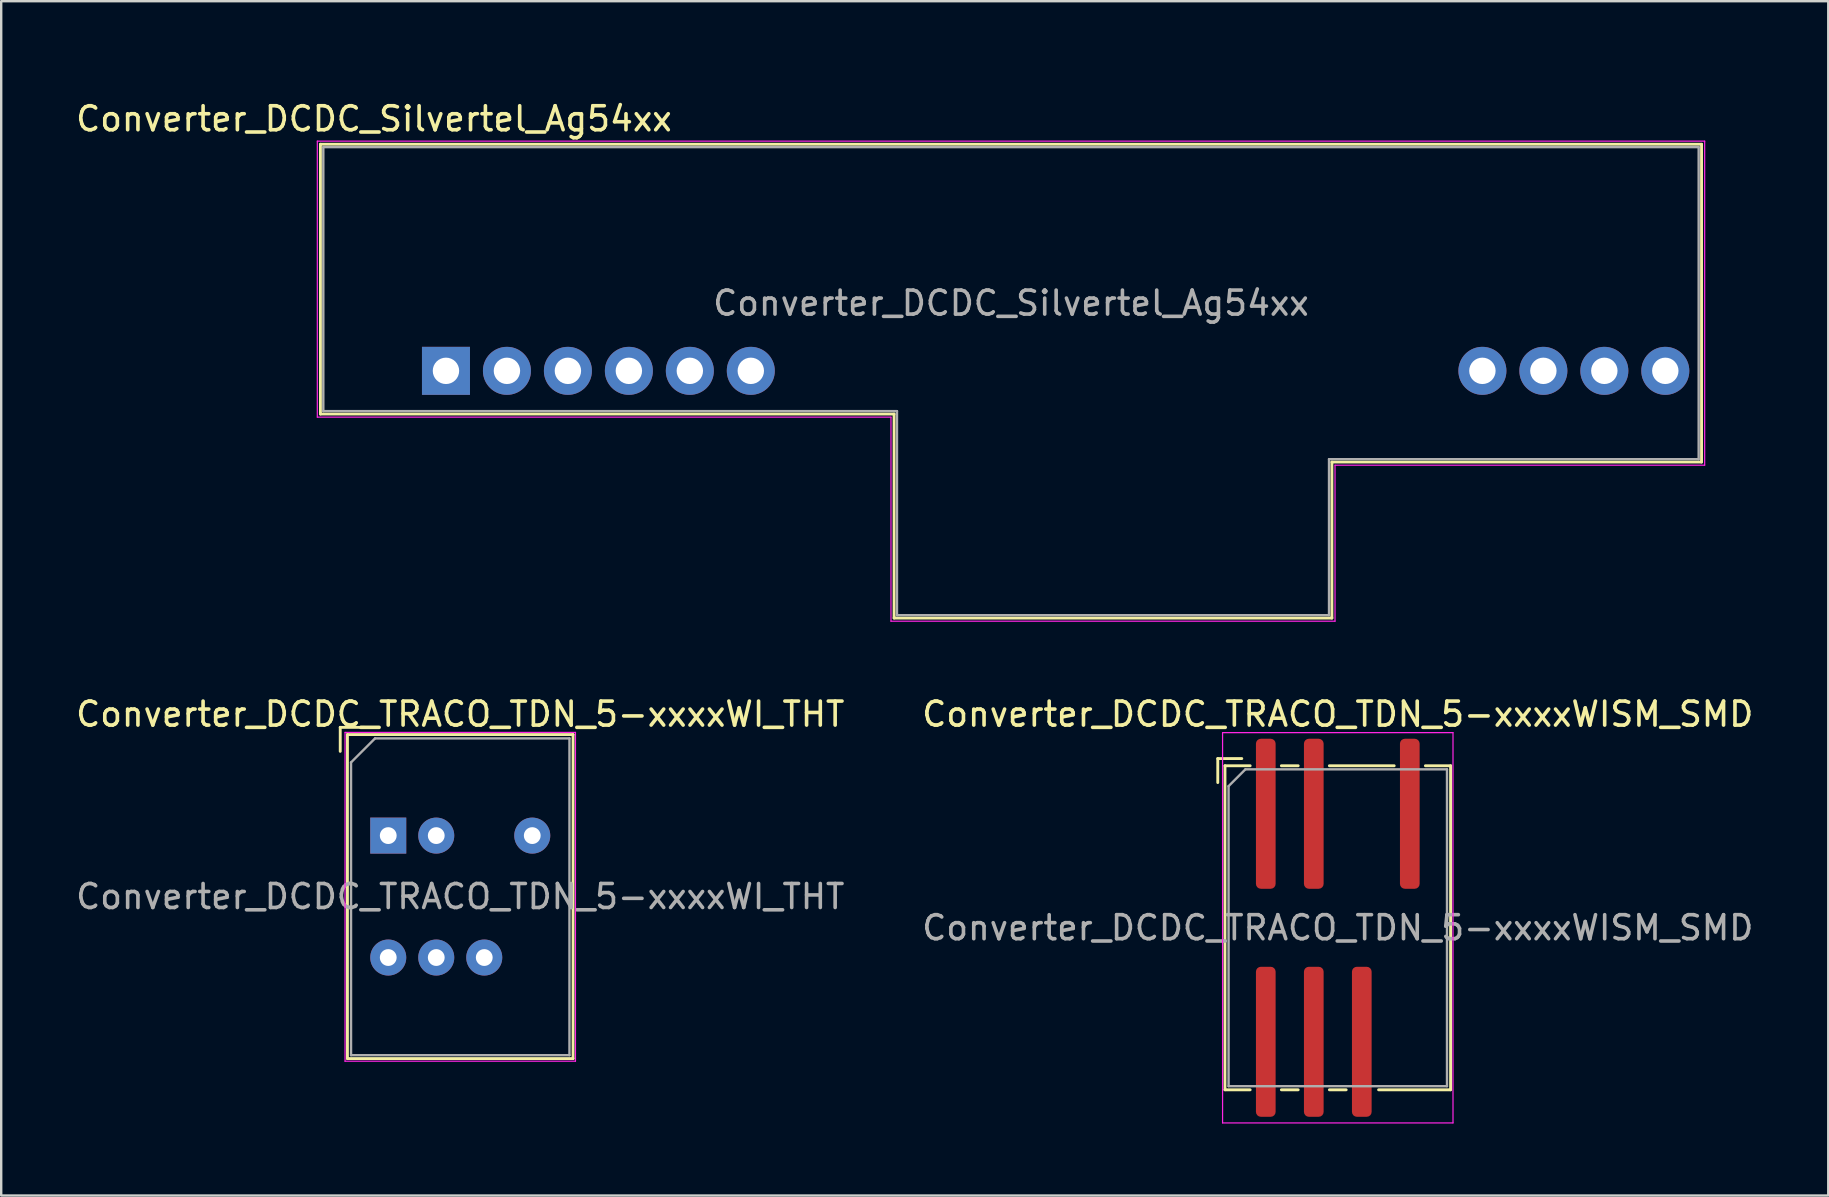
<source format=kicad_pcb>
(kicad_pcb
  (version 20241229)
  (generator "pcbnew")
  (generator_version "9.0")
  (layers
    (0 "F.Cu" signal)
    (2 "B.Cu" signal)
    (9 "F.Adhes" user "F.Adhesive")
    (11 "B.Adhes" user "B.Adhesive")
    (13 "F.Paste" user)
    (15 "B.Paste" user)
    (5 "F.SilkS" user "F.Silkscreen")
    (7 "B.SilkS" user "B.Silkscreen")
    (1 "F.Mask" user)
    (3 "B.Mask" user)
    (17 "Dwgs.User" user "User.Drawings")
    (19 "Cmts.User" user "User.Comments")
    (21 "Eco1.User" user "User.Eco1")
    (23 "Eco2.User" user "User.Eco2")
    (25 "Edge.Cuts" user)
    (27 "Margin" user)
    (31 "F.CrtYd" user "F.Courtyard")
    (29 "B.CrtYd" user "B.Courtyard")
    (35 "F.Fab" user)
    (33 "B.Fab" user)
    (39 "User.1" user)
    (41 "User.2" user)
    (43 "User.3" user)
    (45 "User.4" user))
  (footprint "Converter_DCDC_Silvertel_Ag54xx"
    (layer "F.Cu")
    (at 15.53 12.4)
    (property "Reference" "Converter_DCDC_Silvertel_Ag54xx" (at -3 -10.5 0) (unlocked yes) (layer "F.SilkS") (effects (font (size 1 1) (thickness 0.15))))
    (attr through_hole)
    (fp_line (start -5.23 -9.44) (end -5.23 1.8) (stroke (width 0.12) (type solid)) (layer "F.SilkS"))
    (fp_line (start -5.23 1.8) (end 18.67 1.8) (stroke (width 0.12) (type solid)) (layer "F.SilkS"))
    (fp_line (start 18.67 1.8) (end 18.67 10.3) (stroke (width 0.12) (type solid)) (layer "F.SilkS"))
    (fp_line (start 18.67 10.3) (end 36.91 10.3) (stroke (width 0.12) (type solid)) (layer "F.SilkS"))
    (fp_line (start 36.91 3.8) (end 52.31 3.8) (stroke (width 0.12) (type solid)) (layer "F.SilkS"))
    (fp_line (start 36.91 10.3) (end 36.91 3.8) (stroke (width 0.12) (type solid)) (layer "F.SilkS"))
    (fp_line (start 52.31 -9.44) (end -5.23 -9.44) (stroke (width 0.12) (type solid)) (layer "F.SilkS"))
    (fp_line (start 52.31 3.8) (end 52.31 -9.44) (stroke (width 0.12) (type solid)) (layer "F.SilkS"))
    (fp_line (start -5.36 -9.57) (end -5.36 1.93) (stroke (width 0.05) (type solid)) (layer "F.CrtYd"))
    (fp_line (start -5.36 1.93) (end 18.54 1.93) (stroke (width 0.05) (type solid)) (layer "F.CrtYd"))
    (fp_line (start 18.54 1.93) (end 18.54 10.43) (stroke (width 0.05) (type solid)) (layer "F.CrtYd"))
    (fp_line (start 18.54 10.43) (end 37.04 10.43) (stroke (width 0.05) (type solid)) (layer "F.CrtYd"))
    (fp_line (start 37.04 3.93) (end 52.44 3.93) (stroke (width 0.05) (type solid)) (layer "F.CrtYd"))
    (fp_line (start 37.04 10.43) (end 37.04 3.93) (stroke (width 0.05) (type solid)) (layer "F.CrtYd"))
    (fp_line (start 52.44 -9.57) (end -5.36 -9.57) (stroke (width 0.05) (type solid)) (layer "F.CrtYd"))
    (fp_line (start 52.44 3.93) (end 52.44 -9.57) (stroke (width 0.05) (type solid)) (layer "F.CrtYd"))
    (fp_line (start -5.11 -9.32) (end -5.11 1.68) (stroke (width 0.1) (type solid)) (layer "F.Fab"))
    (fp_line (start -5.11 1.68) (end 18.79 1.68) (stroke (width 0.1) (type solid)) (layer "F.Fab"))
    (fp_line (start 18.79 1.68) (end 18.79 10.18) (stroke (width 0.1) (type solid)) (layer "F.Fab"))
    (fp_line (start 18.79 10.18) (end 36.79 10.18) (stroke (width 0.1) (type solid)) (layer "F.Fab"))
    (fp_line (start 36.79 3.68) (end 52.19 3.68) (stroke (width 0.1) (type solid)) (layer "F.Fab"))
    (fp_line (start 36.79 10.18) (end 36.79 3.68) (stroke (width 0.1) (type solid)) (layer "F.Fab"))
    (fp_line (start 52.19 -9.32) (end -5.11 -9.32) (stroke (width 0.1) (type solid)) (layer "F.Fab"))
    (fp_line (start 52.19 3.68) (end 52.19 -9.32) (stroke (width 0.1) (type solid)) (layer "F.Fab"))
    (fp_text user "${REFERENCE}" (at 23.54 -2.82 0) (unlocked yes) (layer "F.Fab") (effects (font (size 1 1) (thickness 0.15))))
    (pad "1" thru_hole rect (at 0 0) (size 2 2) (drill 1.1) (layers "*.Cu" "*.Mask"))
    (pad "2" thru_hole circle (at 2.54 0) (size 2 2) (drill 1.1) (layers "*.Cu" "*.Mask"))
    (pad "3" thru_hole circle (at 5.08 0) (size 2 2) (drill 1.1) (layers "*.Cu" "*.Mask"))
    (pad "4" thru_hole circle (at 7.62 0) (size 2 2) (drill 1.1) (layers "*.Cu" "*.Mask"))
    (pad "5" thru_hole circle (at 10.16 0) (size 2 2) (drill 1.1) (layers "*.Cu" "*.Mask"))
    (pad "6" thru_hole circle (at 12.7 0) (size 2 2) (drill 1.1) (layers "*.Cu" "*.Mask"))
    (pad "7" thru_hole circle (at 43.18 0) (size 2 2) (drill 1.1) (layers "*.Cu" "*.Mask"))
    (pad "8" thru_hole circle (at 45.72 0) (size 2 2) (drill 1.1) (layers "*.Cu" "*.Mask"))
    (pad "9" thru_hole circle (at 48.26 0) (size 2 2) (drill 1.1) (layers "*.Cu" "*.Mask"))
    (pad "10" thru_hole circle (at 50.8 0) (size 2 2) (drill 1.1) (layers "*.Cu" "*.Mask"))
    (zone (net_name "") (layers "F.Cu" "F.Fab") (name "Isolation_Barrier") (hatch edge 0.508) (connect_pads) (min_thickness 0.254) (filled_areas_thickness no) (keepout (tracks not_allowed) (vias not_allowed) (pads not_allowed) (copperpour not_allowed) (footprints not_allowed)) (placement (enabled no)) (fill) (polygon (pts (xy 57.63 14.1) (xy 29.33 14.1) (xy 29.33 0) (xy 57.63 0)))))
  (footprint "Converter_DCDC_TRACO_TDN_5-xxxxWI_THT"
    (layer "F.Cu")
    (at 13.125 31.763)
    (property "Reference" "Converter_DCDC_TRACO_TDN_5-xxxxWI_THT" (at 3 -5.06 0) (layer "F.SilkS") (effects (font (size 1 1) (thickness 0.15))))
    (attr through_hole)
    (fp_line (start -2 -4.51) (end -1 -4.51) (stroke (width 0.12) (type solid)) (layer "F.SilkS"))
    (fp_line (start -2 -3.51) (end -2 -4.51) (stroke (width 0.12) (type solid)) (layer "F.SilkS"))
    (fp_line (start -1.7 -4.21) (end 7.7 -4.21) (stroke (width 0.12) (type solid)) (layer "F.SilkS"))
    (fp_line (start -1.7 9.29) (end -1.7 -4.21) (stroke (width 0.12) (type solid)) (layer "F.SilkS"))
    (fp_line (start -1.7 9.29) (end 7.7 9.29) (stroke (width 0.12) (type solid)) (layer "F.SilkS"))
    (fp_line (start 7.7 -4.21) (end 7.7 9.29) (stroke (width 0.12) (type solid)) (layer "F.SilkS"))
    (fp_line (start -1.8 -4.3) (end 7.8 -4.3) (stroke (width 0.05) (type solid)) (layer "F.CrtYd"))
    (fp_line (start -1.8 9.4) (end -1.8 -4.3) (stroke (width 0.05) (type solid)) (layer "F.CrtYd"))
    (fp_line (start 7.8 -4.3) (end 7.8 9.4) (stroke (width 0.05) (type solid)) (layer "F.CrtYd"))
    (fp_line (start 7.8 9.4) (end -1.8 9.4) (stroke (width 0.05) (type solid)) (layer "F.CrtYd"))
    (fp_line (start -1.55 9.15) (end -1.55 -3.05) (stroke (width 0.1) (type solid)) (layer "F.Fab"))
    (fp_line (start -0.55 -4.05) (end -1.55 -3.05) (stroke (width 0.1) (type solid)) (layer "F.Fab"))
    (fp_line (start -0.55 -4.05) (end 7.55 -4.05) (stroke (width 0.1) (type solid)) (layer "F.Fab"))
    (fp_line (start 7.55 -4.05) (end 7.55 9.15) (stroke (width 0.1) (type solid)) (layer "F.Fab"))
    (fp_line (start 7.55 9.15) (end -1.55 9.15) (stroke (width 0.1) (type solid)) (layer "F.Fab"))
    (fp_text user "${REFERENCE}" (at 3 2.54 0) (layer "F.Fab") (effects (font (size 1 1) (thickness 0.15))))
    (pad "1" thru_hole rect (at 0 0) (size 1.5 1.5) (drill 0.7) (layers "*.Cu" "*.Mask"))
    (pad "2" thru_hole circle (at 2 0) (size 1.5 1.5) (drill 0.7) (layers "*.Cu" "*.Mask"))
    (pad "4" thru_hole circle (at 6 0) (size 1.5 1.5) (drill 0.7) (layers "*.Cu" "*.Mask"))
    (pad "5" thru_hole circle (at 0 5.08) (size 1.5 1.5) (drill 0.7) (layers "*.Cu" "*.Mask"))
    (pad "6" thru_hole circle (at 2 5.08) (size 1.5 1.5) (drill 0.7) (layers "*.Cu" "*.Mask"))
    (pad "7" thru_hole circle (at 4 5.08) (size 1.5 1.5) (drill 0.7) (layers "*.Cu" "*.Mask")))
  (footprint "Converter_DCDC_TRACO_TDN_5-xxxxWISM_SMD"
    (layer "F.Cu")
    (at 52.685 35.603)
    (property "Reference" "Converter_DCDC_TRACO_TDN_5-xxxxWISM_SMD" (at 0 -8.9 0) (layer "F.SilkS") (effects (font (size 1 1) (thickness 0.15))))
    (attr smd)
    (fp_line (start -5 -7.05) (end -4 -7.05) (stroke (width 0.12) (type solid)) (layer "F.SilkS"))
    (fp_line (start -5 -6.05) (end -5 -7.05) (stroke (width 0.12) (type solid)) (layer "F.SilkS"))
    (fp_line (start -4.7 -6.75) (end -3.65 -6.75) (stroke (width 0.12) (type solid)) (layer "F.SilkS"))
    (fp_line (start -4.7 6.75) (end -4.7 -6.75) (stroke (width 0.12) (type solid)) (layer "F.SilkS"))
    (fp_line (start -3.65 6.75) (end -4.7 6.75) (stroke (width 0.12) (type solid)) (layer "F.SilkS"))
    (fp_line (start -2.35 -6.75) (end -1.65 -6.75) (stroke (width 0.12) (type solid)) (layer "F.SilkS"))
    (fp_line (start -2.35 6.75) (end -1.65 6.75) (stroke (width 0.12) (type solid)) (layer "F.SilkS"))
    (fp_line (start -0.35 -6.75) (end 2.35 -6.75) (stroke (width 0.12) (type solid)) (layer "F.SilkS"))
    (fp_line (start -0.35 6.75) (end 0.35 6.75) (stroke (width 0.12) (type solid)) (layer "F.SilkS"))
    (fp_line (start 1.7 6.75) (end 4.7 6.75) (stroke (width 0.12) (type solid)) (layer "F.SilkS"))
    (fp_line (start 3.65 -6.75) (end 4.7 -6.75) (stroke (width 0.12) (type solid)) (layer "F.SilkS"))
    (fp_line (start 4.7 -6.75) (end 4.7 6.75) (stroke (width 0.12) (type solid)) (layer "F.SilkS"))
    (fp_line (start -4.8 -8.13) (end 4.8 -8.13) (stroke (width 0.05) (type solid)) (layer "F.CrtYd"))
    (fp_line (start -4.8 8.13) (end -4.8 -8.13) (stroke (width 0.05) (type solid)) (layer "F.CrtYd"))
    (fp_line (start 4.8 -8.13) (end 4.8 8.13) (stroke (width 0.05) (type solid)) (layer "F.CrtYd"))
    (fp_line (start 4.8 8.13) (end -4.8 8.13) (stroke (width 0.05) (type solid)) (layer "F.CrtYd"))
    (fp_line (start -4.55 6.6) (end -4.55 -5.9) (stroke (width 0.1) (type solid)) (layer "F.Fab"))
    (fp_line (start -3.85 -6.6) (end -4.55 -5.9) (stroke (width 0.1) (type solid)) (layer "F.Fab"))
    (fp_line (start -3.85 -6.6) (end 4.55 -6.6) (stroke (width 0.1) (type solid)) (layer "F.Fab"))
    (fp_line (start 4.55 -6.6) (end 4.55 6.6) (stroke (width 0.1) (type solid)) (layer "F.Fab"))
    (fp_line (start 4.55 6.6) (end -4.55 6.6) (stroke (width 0.1) (type solid)) (layer "F.Fab"))
    (fp_text user "${REFERENCE}" (at 0 0 0) (layer "F.Fab") (effects (font (size 1 1) (thickness 0.15))))
    (pad "1" smd roundrect (at -3 -4.75) (size 0.82 6.25) (layers "F.Cu" "F.Mask" "F.Paste") (roundrect_rratio 0.25))
    (pad "2" smd roundrect (at -1 -4.75) (size 0.82 6.25) (layers "F.Cu" "F.Mask" "F.Paste") (roundrect_rratio 0.25))
    (pad "4" smd roundrect (at 3 -4.75) (size 0.82 6.25) (layers "F.Cu" "F.Mask" "F.Paste") (roundrect_rratio 0.25))
    (pad "5" smd roundrect (at -3 4.75) (size 0.82 6.25) (layers "F.Cu" "F.Mask" "F.Paste") (roundrect_rratio 0.25))
    (pad "6" smd roundrect (at -1 4.75) (size 0.82 6.25) (layers "F.Cu" "F.Mask" "F.Paste") (roundrect_rratio 0.25))
    (pad "7" smd roundrect (at 1 4.75) (size 0.82 6.25) (layers "F.Cu" "F.Mask" "F.Paste") (roundrect_rratio 0.25)))
  (gr_rect
    (start -3 -3)
    (end 73.119 46.758)
    (stroke (width 0.1) (type default))
    (fill no)
    (layer "Edge.Cuts")))
</source>
